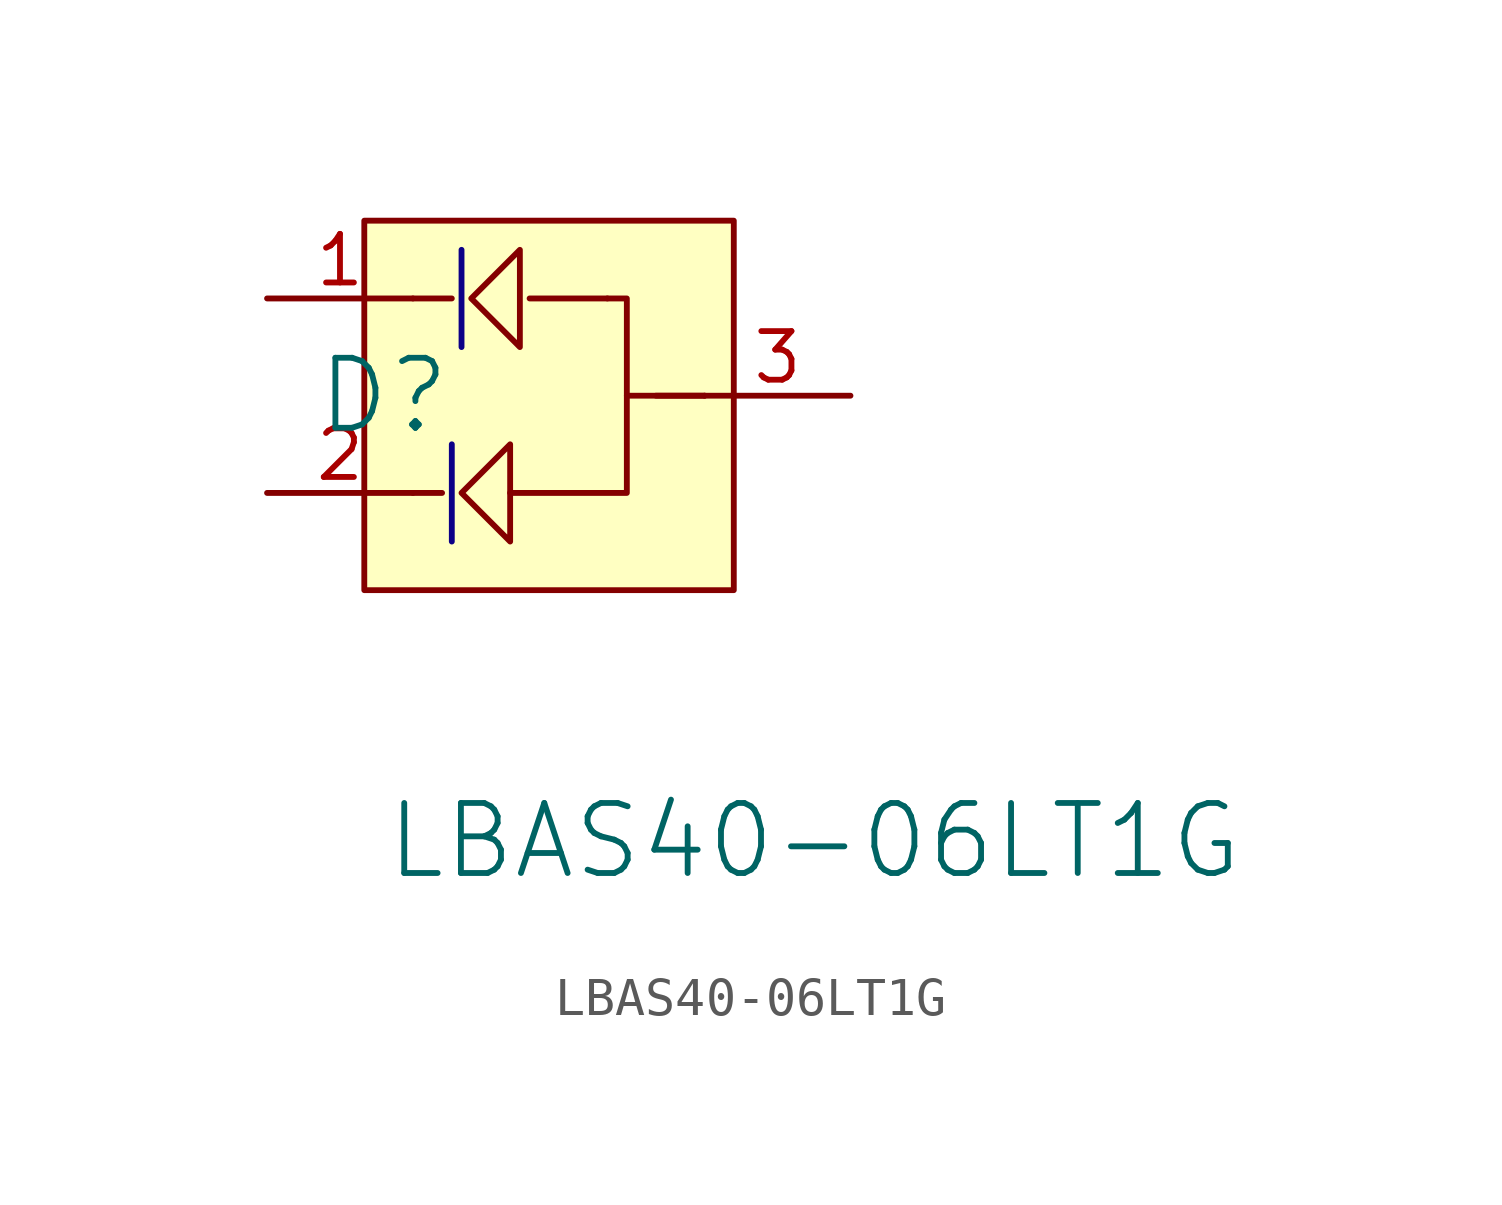
<source format=kicad_sym>
(kicad_symbol_lib
  (version 20241209)
  (generator "kicad_symbol_editor")
  (generator_version "9.0")
  (symbol "LBAS40-06LT1G"
    (pin_names
      (hide yes))
    (property "Reference" "D"
      (at -4.572 7.62 0)
      (effects (font (size 1.829 1.829))))
    (property "Value" "LBAS40-06LT1G"
      (at -4.572 -5.08 0)
      (effects (font (size 1.829 1.829)) (justify left bottom)))
    (symbol "LBAS40-06LT1G_1_0"
      (polyline (pts (xy -3.81 10.16) (xy -2.794 10.16)) (stroke (width 0) (type solid)) (fill (type none)))
      (polyline (pts (xy -3.81 5.08) (xy -3.048 5.08)) (stroke (width 0) (type solid)) (fill (type none)))
      (polyline (pts (xy -2.794 3.81) (xy -2.794 6.35)) (stroke (width 0) (type solid) (color 12 0 135 1)) (fill (type none)))
      (polyline (pts (xy -2.54 8.89) (xy -2.54 11.43)) (stroke (width 0) (type solid) (color 12 0 135 1)) (fill (type none)))
      (polyline (pts (xy -1.27 3.81) (xy -2.54 5.08) (xy -1.27 6.35) (xy -1.27 3.81)) (stroke (width 0) (type solid)) (fill (type color) (color 66 28 139 1)))
      (polyline (pts (xy -1.016 8.89) (xy -2.286 10.16) (xy -1.016 11.43) (xy -1.016 8.89)) (stroke (width 0) (type solid)) (fill (type color) (color 66 28 139 1)))
      (polyline (pts (xy 1.27 10.16) (xy -0.762 10.16)) (stroke (width 0) (type solid)) (fill (type none)))
      (polyline (pts (xy 1.27 10.16) (xy 1.778 10.16) (xy 1.778 5.08) (xy -1.27 5.08)) (stroke (width 0) (type solid)) (fill (type none)))
      (polyline (pts (xy 2.54 7.62) (xy 3.81 7.62)) (stroke (width 0) (type solid)) (fill (type none)))
      (polyline (pts (xy 3.81 7.62) (xy 1.778 7.62)) (stroke (width 0) (type solid)) (fill (type none)))
      (rectangle (start 4.572 12.192) (end -5.08 2.54) (stroke (width 0) (type solid)) (fill (type background)))
      (pin passive line (at -7.62 10.16 0) (length 3.81) (name "0" (effects (font (size 1.27 1.27)))) (number "1" (effects (font (size 1.27 1.27)))))
      (pin passive line (at -7.62 5.08 0) (length 3.81) (name "0" (effects (font (size 1.27 1.27)))) (number "2" (effects (font (size 1.27 1.27)))))
      (pin passive line (at 7.62 7.62 180) (length 3.81) (name "0" (effects (font (size 1.27 1.27)))) (number "3" (effects (font (size 1.27 1.27))))))))
</source>
